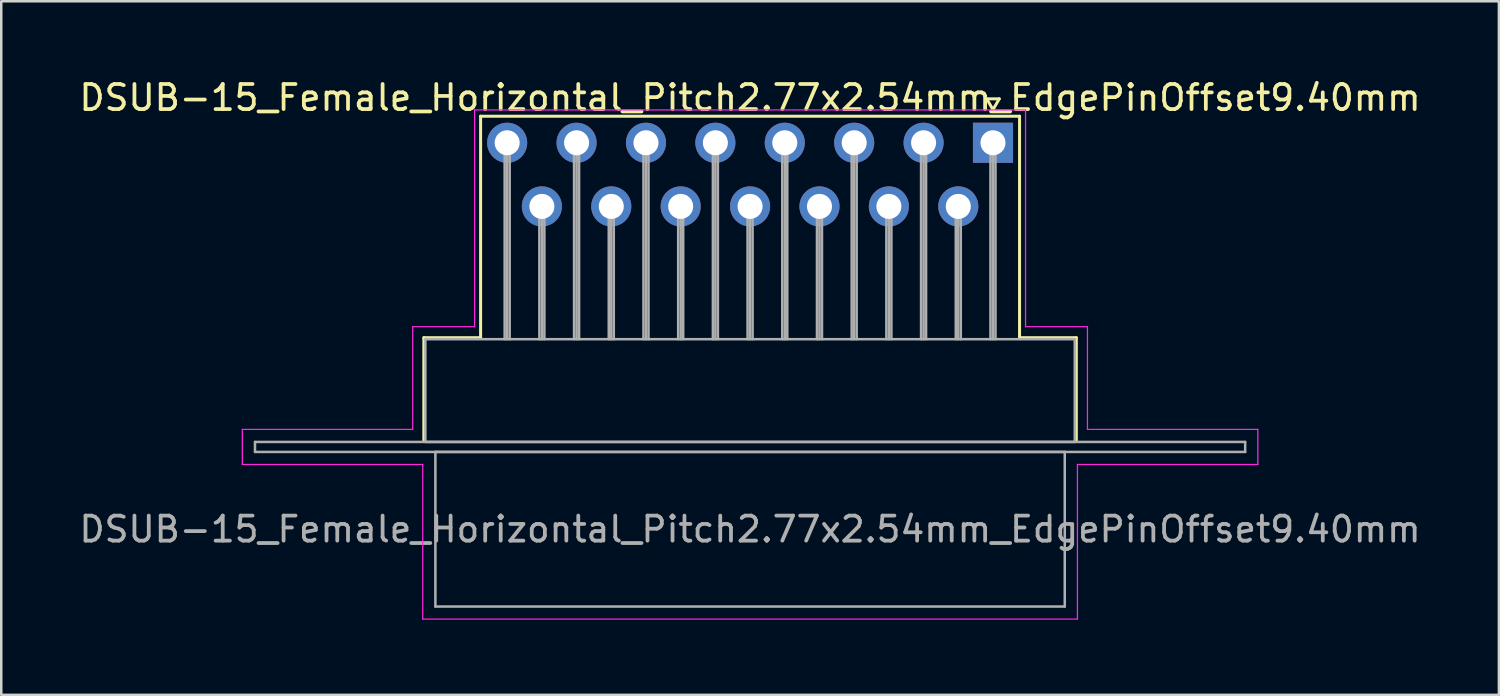
<source format=kicad_pcb>
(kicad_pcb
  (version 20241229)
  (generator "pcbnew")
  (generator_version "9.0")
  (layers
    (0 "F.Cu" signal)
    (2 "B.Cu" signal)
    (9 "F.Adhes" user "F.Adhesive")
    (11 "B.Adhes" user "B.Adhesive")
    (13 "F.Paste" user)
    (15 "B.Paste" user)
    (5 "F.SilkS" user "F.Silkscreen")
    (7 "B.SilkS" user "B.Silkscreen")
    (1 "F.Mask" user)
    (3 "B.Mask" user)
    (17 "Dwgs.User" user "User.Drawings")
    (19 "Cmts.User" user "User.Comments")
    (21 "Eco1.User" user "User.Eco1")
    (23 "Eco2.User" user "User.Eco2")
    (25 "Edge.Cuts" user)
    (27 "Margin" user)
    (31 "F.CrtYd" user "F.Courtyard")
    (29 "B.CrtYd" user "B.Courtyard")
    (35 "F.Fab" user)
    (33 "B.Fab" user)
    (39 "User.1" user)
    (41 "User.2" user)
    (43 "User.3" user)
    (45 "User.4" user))
  (footprint "DSUB-15_Female_Horizontal_Pitch2.77x2.54mm_EdgePinOffset9.40mm"
    (layer "F.Cu")
    (at 36.582 2.648)
    (property "Reference" "DSUB-15_Female_Horizontal_Pitch2.77x2.54mm_EdgePinOffset9.40mm" (at -9.695 -1.8 0) (layer "F.SilkS") (effects (font (size 1 1) (thickness 0.15))))
    (attr through_hole)
    (fp_line (start -22.715 7.78) (end -20.45 7.78) (stroke (width 0.12) (type solid)) (layer "F.SilkS"))
    (fp_line (start -22.715 11.88) (end -22.715 7.78) (stroke (width 0.12) (type solid)) (layer "F.SilkS"))
    (fp_line (start -20.45 -1.06) (end 1.06 -1.06) (stroke (width 0.12) (type solid)) (layer "F.SilkS"))
    (fp_line (start -20.45 7.78) (end -20.45 -1.06) (stroke (width 0.12) (type solid)) (layer "F.SilkS"))
    (fp_line (start -0.25 -1.754) (end 0.25 -1.754) (stroke (width 0.12) (type solid)) (layer "F.SilkS"))
    (fp_line (start 0 -1.321) (end -0.25 -1.754) (stroke (width 0.12) (type solid)) (layer "F.SilkS"))
    (fp_line (start 0.25 -1.754) (end 0 -1.321) (stroke (width 0.12) (type solid)) (layer "F.SilkS"))
    (fp_line (start 1.06 -1.06) (end 1.06 7.78) (stroke (width 0.12) (type solid)) (layer "F.SilkS"))
    (fp_line (start 1.06 7.78) (end 3.325 7.78) (stroke (width 0.12) (type solid)) (layer "F.SilkS"))
    (fp_line (start 3.325 7.78) (end 3.325 11.88) (stroke (width 0.12) (type solid)) (layer "F.SilkS"))
    (fp_line (start -29.96 11.44) (end -23.16 11.44) (stroke (width 0.05) (type solid)) (layer "F.CrtYd"))
    (fp_line (start -29.96 12.84) (end -29.96 11.44) (stroke (width 0.05) (type solid)) (layer "F.CrtYd"))
    (fp_line (start -23.16 7.34) (end -20.69 7.34) (stroke (width 0.05) (type solid)) (layer "F.CrtYd"))
    (fp_line (start -23.16 11.44) (end -23.16 7.34) (stroke (width 0.05) (type solid)) (layer "F.CrtYd"))
    (fp_line (start -22.76 12.84) (end -29.96 12.84) (stroke (width 0.05) (type solid)) (layer "F.CrtYd"))
    (fp_line (start -22.76 19.01) (end -22.76 12.84) (stroke (width 0.05) (type solid)) (layer "F.CrtYd"))
    (fp_line (start -20.69 -1.31) (end 1.3 -1.31) (stroke (width 0.05) (type solid)) (layer "F.CrtYd"))
    (fp_line (start -20.69 7.34) (end -20.69 -1.31) (stroke (width 0.05) (type solid)) (layer "F.CrtYd"))
    (fp_line (start 1.3 -1.31) (end 1.3 7.34) (stroke (width 0.05) (type solid)) (layer "F.CrtYd"))
    (fp_line (start 1.3 7.34) (end 3.77 7.34) (stroke (width 0.05) (type solid)) (layer "F.CrtYd"))
    (fp_line (start 3.37 12.84) (end 3.37 19.01) (stroke (width 0.05) (type solid)) (layer "F.CrtYd"))
    (fp_line (start 3.37 19.01) (end -22.76 19.01) (stroke (width 0.05) (type solid)) (layer "F.CrtYd"))
    (fp_line (start 3.77 7.34) (end 3.77 11.44) (stroke (width 0.05) (type solid)) (layer "F.CrtYd"))
    (fp_line (start 3.77 11.44) (end 10.57 11.44) (stroke (width 0.05) (type solid)) (layer "F.CrtYd"))
    (fp_line (start 10.57 11.44) (end 10.57 12.84) (stroke (width 0.05) (type solid)) (layer "F.CrtYd"))
    (fp_line (start 10.57 12.84) (end 3.37 12.84) (stroke (width 0.05) (type solid)) (layer "F.CrtYd"))
    (fp_line (start -29.455 11.94) (end -29.455 12.34) (stroke (width 0.1) (type solid)) (layer "F.Fab"))
    (fp_line (start -29.455 12.34) (end 10.065 12.34) (stroke (width 0.1) (type solid)) (layer "F.Fab"))
    (fp_line (start -22.655 7.84) (end -22.655 11.94) (stroke (width 0.1) (type solid)) (layer "F.Fab"))
    (fp_line (start -22.655 11.94) (end 3.265 11.94) (stroke (width 0.1) (type solid)) (layer "F.Fab"))
    (fp_line (start -22.255 12.34) (end -22.255 18.51) (stroke (width 0.1) (type solid)) (layer "F.Fab"))
    (fp_line (start -22.255 18.51) (end 2.865 18.51) (stroke (width 0.1) (type solid)) (layer "F.Fab"))
    (fp_line (start -19.49 0) (end -19.49 7.84) (stroke (width 0.1) (type solid)) (layer "F.Fab"))
    (fp_line (start -19.39 0) (end -19.39 7.84) (stroke (width 0.1) (type solid)) (layer "F.Fab"))
    (fp_line (start -19.29 0) (end -19.29 7.84) (stroke (width 0.1) (type solid)) (layer "F.Fab"))
    (fp_line (start -18.105 2.54) (end -18.105 7.84) (stroke (width 0.1) (type solid)) (layer "F.Fab"))
    (fp_line (start -18.005 2.54) (end -18.005 7.84) (stroke (width 0.1) (type solid)) (layer "F.Fab"))
    (fp_line (start -17.905 2.54) (end -17.905 7.84) (stroke (width 0.1) (type solid)) (layer "F.Fab"))
    (fp_line (start -16.72 0) (end -16.72 7.84) (stroke (width 0.1) (type solid)) (layer "F.Fab"))
    (fp_line (start -16.62 0) (end -16.62 7.84) (stroke (width 0.1) (type solid)) (layer "F.Fab"))
    (fp_line (start -16.52 0) (end -16.52 7.84) (stroke (width 0.1) (type solid)) (layer "F.Fab"))
    (fp_line (start -15.335 2.54) (end -15.335 7.84) (stroke (width 0.1) (type solid)) (layer "F.Fab"))
    (fp_line (start -15.235 2.54) (end -15.235 7.84) (stroke (width 0.1) (type solid)) (layer "F.Fab"))
    (fp_line (start -15.135 2.54) (end -15.135 7.84) (stroke (width 0.1) (type solid)) (layer "F.Fab"))
    (fp_line (start -13.95 0) (end -13.95 7.84) (stroke (width 0.1) (type solid)) (layer "F.Fab"))
    (fp_line (start -13.85 0) (end -13.85 7.84) (stroke (width 0.1) (type solid)) (layer "F.Fab"))
    (fp_line (start -13.75 0) (end -13.75 7.84) (stroke (width 0.1) (type solid)) (layer "F.Fab"))
    (fp_line (start -12.565 2.54) (end -12.565 7.84) (stroke (width 0.1) (type solid)) (layer "F.Fab"))
    (fp_line (start -12.465 2.54) (end -12.465 7.84) (stroke (width 0.1) (type solid)) (layer "F.Fab"))
    (fp_line (start -12.365 2.54) (end -12.365 7.84) (stroke (width 0.1) (type solid)) (layer "F.Fab"))
    (fp_line (start -11.18 0) (end -11.18 7.84) (stroke (width 0.1) (type solid)) (layer "F.Fab"))
    (fp_line (start -11.08 0) (end -11.08 7.84) (stroke (width 0.1) (type solid)) (layer "F.Fab"))
    (fp_line (start -10.98 0) (end -10.98 7.84) (stroke (width 0.1) (type solid)) (layer "F.Fab"))
    (fp_line (start -9.795 2.54) (end -9.795 7.84) (stroke (width 0.1) (type solid)) (layer "F.Fab"))
    (fp_line (start -9.695 2.54) (end -9.695 7.84) (stroke (width 0.1) (type solid)) (layer "F.Fab"))
    (fp_line (start -9.595 2.54) (end -9.595 7.84) (stroke (width 0.1) (type solid)) (layer "F.Fab"))
    (fp_line (start -8.41 0) (end -8.41 7.84) (stroke (width 0.1) (type solid)) (layer "F.Fab"))
    (fp_line (start -8.31 0) (end -8.31 7.84) (stroke (width 0.1) (type solid)) (layer "F.Fab"))
    (fp_line (start -8.21 0) (end -8.21 7.84) (stroke (width 0.1) (type solid)) (layer "F.Fab"))
    (fp_line (start -7.025 2.54) (end -7.025 7.84) (stroke (width 0.1) (type solid)) (layer "F.Fab"))
    (fp_line (start -6.925 2.54) (end -6.925 7.84) (stroke (width 0.1) (type solid)) (layer "F.Fab"))
    (fp_line (start -6.825 2.54) (end -6.825 7.84) (stroke (width 0.1) (type solid)) (layer "F.Fab"))
    (fp_line (start -5.64 0) (end -5.64 7.84) (stroke (width 0.1) (type solid)) (layer "F.Fab"))
    (fp_line (start -5.54 0) (end -5.54 7.84) (stroke (width 0.1) (type solid)) (layer "F.Fab"))
    (fp_line (start -5.44 0) (end -5.44 7.84) (stroke (width 0.1) (type solid)) (layer "F.Fab"))
    (fp_line (start -4.255 2.54) (end -4.255 7.84) (stroke (width 0.1) (type solid)) (layer "F.Fab"))
    (fp_line (start -4.155 2.54) (end -4.155 7.84) (stroke (width 0.1) (type solid)) (layer "F.Fab"))
    (fp_line (start -4.055 2.54) (end -4.055 7.84) (stroke (width 0.1) (type solid)) (layer "F.Fab"))
    (fp_line (start -2.87 0) (end -2.87 7.84) (stroke (width 0.1) (type solid)) (layer "F.Fab"))
    (fp_line (start -2.77 0) (end -2.77 7.84) (stroke (width 0.1) (type solid)) (layer "F.Fab"))
    (fp_line (start -2.67 0) (end -2.67 7.84) (stroke (width 0.1) (type solid)) (layer "F.Fab"))
    (fp_line (start -1.485 2.54) (end -1.485 7.84) (stroke (width 0.1) (type solid)) (layer "F.Fab"))
    (fp_line (start -1.385 2.54) (end -1.385 7.84) (stroke (width 0.1) (type solid)) (layer "F.Fab"))
    (fp_line (start -1.285 2.54) (end -1.285 7.84) (stroke (width 0.1) (type solid)) (layer "F.Fab"))
    (fp_line (start -0.1 0) (end -0.1 7.84) (stroke (width 0.1) (type solid)) (layer "F.Fab"))
    (fp_line (start 0 0) (end 0 7.84) (stroke (width 0.1) (type solid)) (layer "F.Fab"))
    (fp_line (start 0.1 0) (end 0.1 7.84) (stroke (width 0.1) (type solid)) (layer "F.Fab"))
    (fp_line (start 2.865 12.34) (end -22.255 12.34) (stroke (width 0.1) (type solid)) (layer "F.Fab"))
    (fp_line (start 2.865 18.51) (end 2.865 12.34) (stroke (width 0.1) (type solid)) (layer "F.Fab"))
    (fp_line (start 3.265 7.84) (end -22.655 7.84) (stroke (width 0.1) (type solid)) (layer "F.Fab"))
    (fp_line (start 3.265 11.94) (end 3.265 7.84) (stroke (width 0.1) (type solid)) (layer "F.Fab"))
    (fp_line (start 10.065 11.94) (end -29.455 11.94) (stroke (width 0.1) (type solid)) (layer "F.Fab"))
    (fp_line (start 10.065 12.34) (end 10.065 11.94) (stroke (width 0.1) (type solid)) (layer "F.Fab"))
    (fp_text user "${REFERENCE}" (at -9.695 15.425 0) (layer "F.Fab") (effects (font (size 1 1) (thickness 0.15))))
    (pad "1" thru_hole rect (at 0 0) (size 1.6 1.6) (drill 1) (layers "*.Cu" "*.Mask"))
    (pad "2" thru_hole circle (at -2.77 0) (size 1.6 1.6) (drill 1) (layers "*.Cu" "*.Mask"))
    (pad "3" thru_hole circle (at -5.54 0) (size 1.6 1.6) (drill 1) (layers "*.Cu" "*.Mask"))
    (pad "4" thru_hole circle (at -8.31 0) (size 1.6 1.6) (drill 1) (layers "*.Cu" "*.Mask"))
    (pad "5" thru_hole circle (at -11.08 0) (size 1.6 1.6) (drill 1) (layers "*.Cu" "*.Mask"))
    (pad "6" thru_hole circle (at -13.85 0) (size 1.6 1.6) (drill 1) (layers "*.Cu" "*.Mask"))
    (pad "7" thru_hole circle (at -16.62 0) (size 1.6 1.6) (drill 1) (layers "*.Cu" "*.Mask"))
    (pad "8" thru_hole circle (at -19.39 0) (size 1.6 1.6) (drill 1) (layers "*.Cu" "*.Mask"))
    (pad "9" thru_hole circle (at -1.385 2.54) (size 1.6 1.6) (drill 1) (layers "*.Cu" "*.Mask"))
    (pad "10" thru_hole circle (at -4.155 2.54) (size 1.6 1.6) (drill 1) (layers "*.Cu" "*.Mask"))
    (pad "11" thru_hole circle (at -6.925 2.54) (size 1.6 1.6) (drill 1) (layers "*.Cu" "*.Mask"))
    (pad "12" thru_hole circle (at -9.695 2.54) (size 1.6 1.6) (drill 1) (layers "*.Cu" "*.Mask"))
    (pad "13" thru_hole circle (at -12.465 2.54) (size 1.6 1.6) (drill 1) (layers "*.Cu" "*.Mask"))
    (pad "14" thru_hole circle (at -15.235 2.54) (size 1.6 1.6) (drill 1) (layers "*.Cu" "*.Mask"))
    (pad "15" thru_hole circle (at -18.005 2.54) (size 1.6 1.6) (drill 1) (layers "*.Cu" "*.Mask")))
  (gr_rect
    (start -3 -3)
    (end 56.774 24.683)
    (stroke (width 0.1) (type default))
    (fill no)
    (layer "Edge.Cuts")))
</source>
